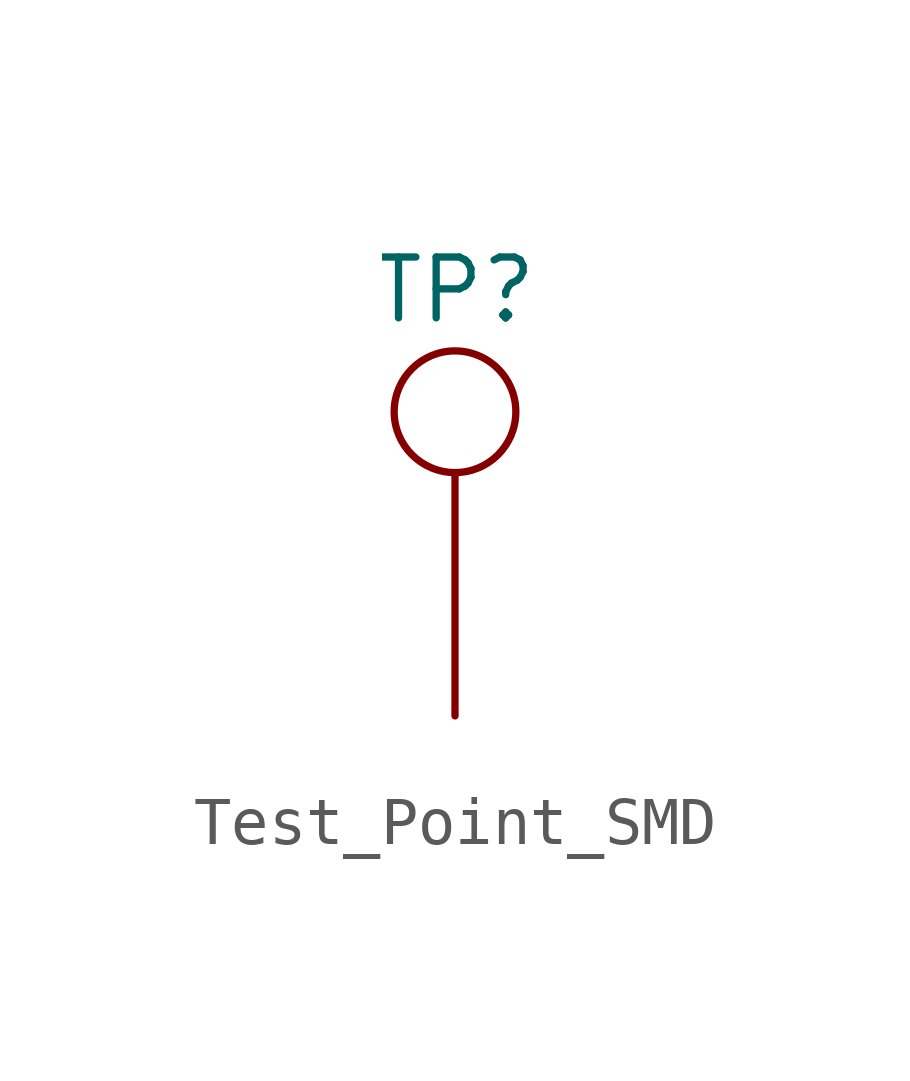
<source format=kicad_sym>
(kicad_symbol_lib
  (version 20211014)
  (generator kicad_symbol_editor)
  (symbol "Test_Point_SMD"
    (property "Reference" "TP"
      (at 0 8.89 0)
      (effects (font (size 1.27 1.27))))
    (symbol "Test_Point_SMD_0_1"
      (circle (center 0 6.35) (radius 1.27) (stroke (width 0) (type default) (color 0 0 0 0)) (fill (type none))))
    (symbol "Test_Point_SMD_1_1"
      (pin passive line (at 0 0 90) (length 5.08) (name "" (effects (font (size 1.27 1.27)))) (number "" (effects (font (size 1.27 1.27))))))))
</source>
